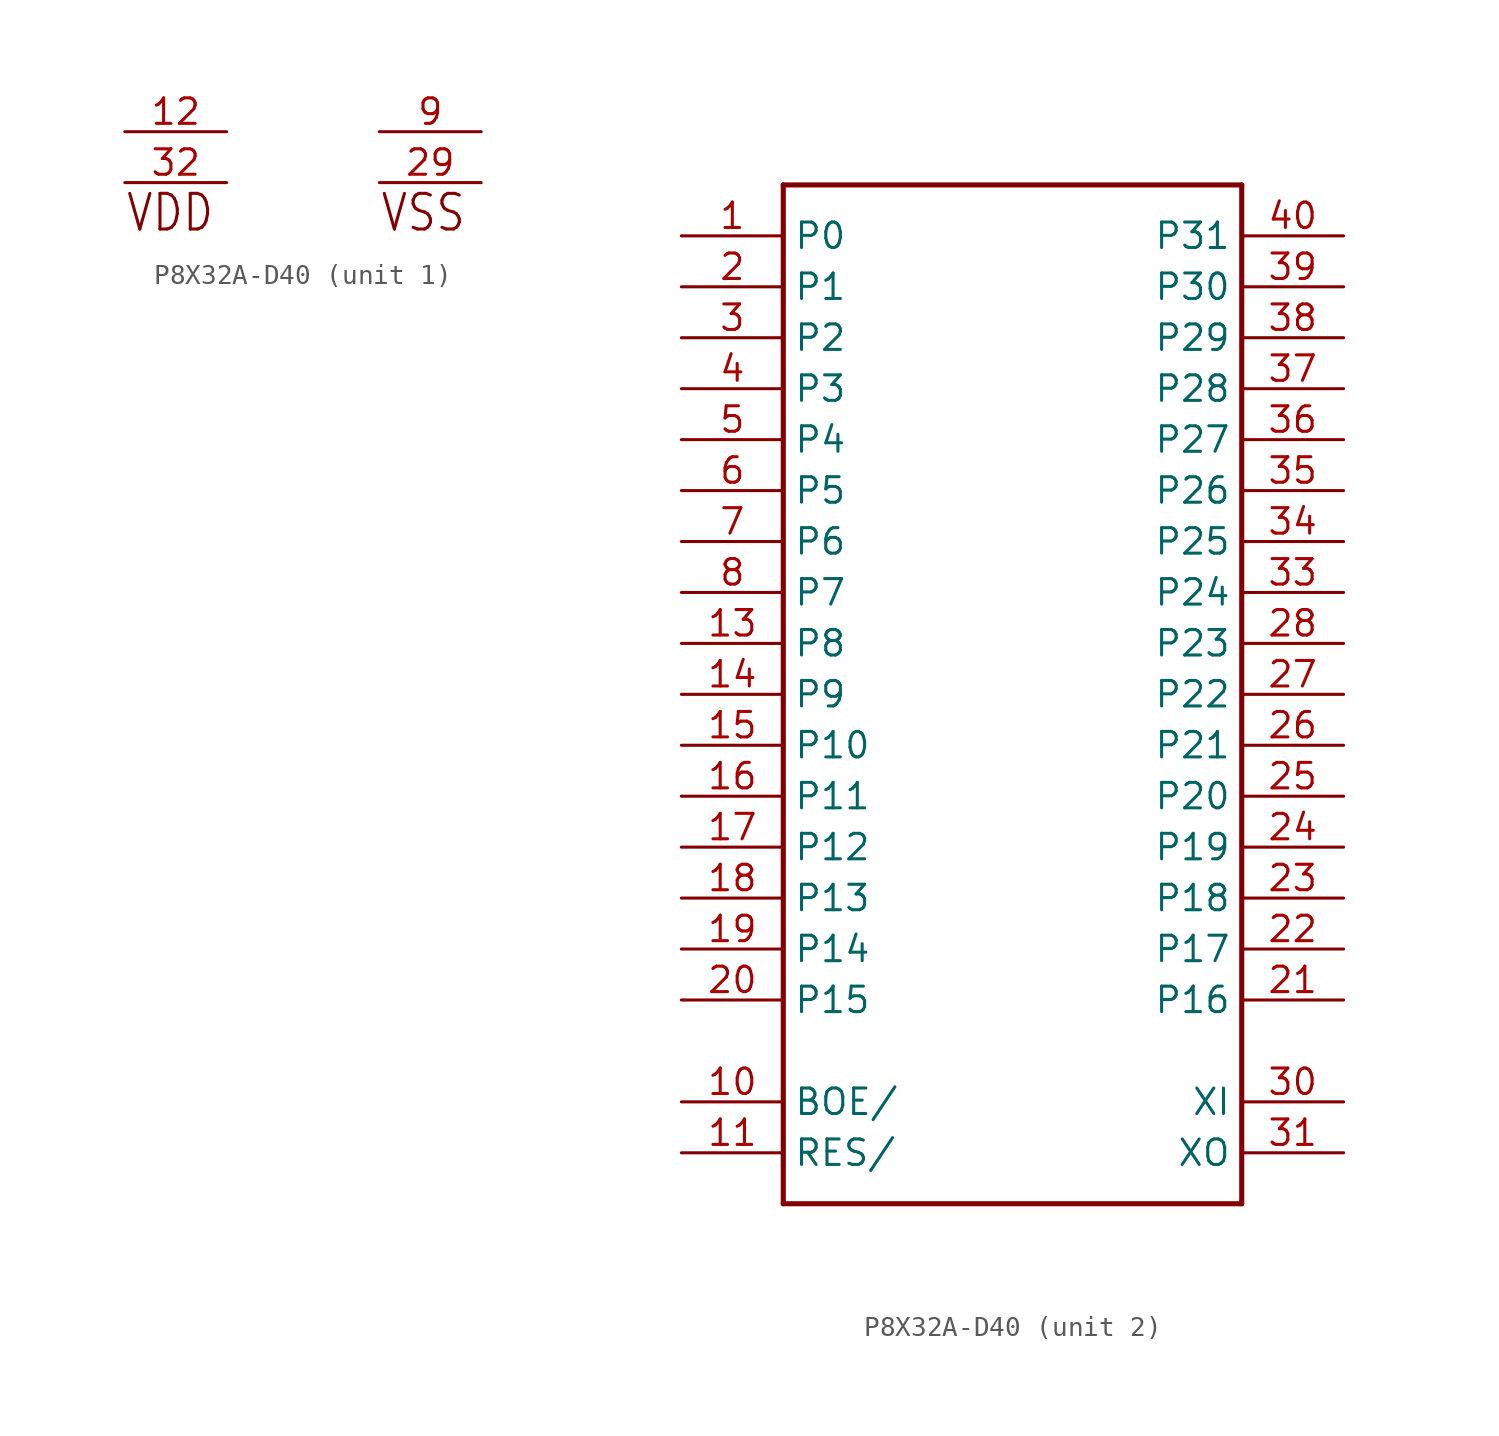
<source format=kicad_sym>
(kicad_symbol_lib
  (version 20220914)
  (generator kicad_symbol_editor)
  (symbol "P8X32A-D40"
    (property "Reference" ""
      (at -10.16 25.4 0)
      (effects (font (size 1.778 1.511)) (justify left bottom) hide))
    (property "ki_locked" ""
      (at 0 0 0)
      (effects (font (size 1.27 1.27))))
    (symbol "P8X32A-D40_1_0"
      (text "VDD" (at -10.16 0 0) (effects (font (size 1.778 1.511)) (justify left bottom)))
      (text "VSS" (at 2.54 0 0) (effects (font (size 1.778 1.511)) (justify left bottom)))
      (pin power_in line (at -10.16 5.08 0) (length 5.08) (name "VDD@1" (effects (font (size 0 0)))) (number "12" (effects (font (size 1.27 1.27)))))
      (pin power_in line (at 7.62 2.54 180) (length 5.08) (name "VSS@2" (effects (font (size 0 0)))) (number "29" (effects (font (size 1.27 1.27)))))
      (pin power_in line (at -10.16 2.54 0) (length 5.08) (name "VDD@2" (effects (font (size 0 0)))) (number "32" (effects (font (size 1.27 1.27)))))
      (pin power_in line (at 7.62 5.08 180) (length 5.08) (name "VSS@1" (effects (font (size 0 0)))) (number "9" (effects (font (size 1.27 1.27))))))
    (symbol "P8X32A-D40_2_0"
      (polyline (pts (xy -10.16 -27.94) (xy 12.7 -27.94)) (stroke (width 0.254) (type solid)) (fill (type none)))
      (polyline (pts (xy -10.16 22.86) (xy -10.16 -27.94)) (stroke (width 0.254) (type solid)) (fill (type none)))
      (polyline (pts (xy 12.7 -27.94) (xy 12.7 22.86)) (stroke (width 0.254) (type solid)) (fill (type none)))
      (polyline (pts (xy 12.7 22.86) (xy -10.16 22.86)) (stroke (width 0.254) (type solid)) (fill (type none)))
      (pin bidirectional line (at -15.24 20.32 0) (length 5.08) (name "P0" (effects (font (size 1.27 1.27)))) (number "1" (effects (font (size 1.27 1.27)))))
      (pin input line (at -15.24 -22.86 0) (length 5.08) (name "BOE/" (effects (font (size 1.27 1.27)))) (number "10" (effects (font (size 1.27 1.27)))))
      (pin bidirectional line (at -15.24 -25.4 0) (length 5.08) (name "RES/" (effects (font (size 1.27 1.27)))) (number "11" (effects (font (size 1.27 1.27)))))
      (pin bidirectional line (at -15.24 0 0) (length 5.08) (name "P8" (effects (font (size 1.27 1.27)))) (number "13" (effects (font (size 1.27 1.27)))))
      (pin bidirectional line (at -15.24 -2.54 0) (length 5.08) (name "P9" (effects (font (size 1.27 1.27)))) (number "14" (effects (font (size 1.27 1.27)))))
      (pin bidirectional line (at -15.24 -5.08 0) (length 5.08) (name "P10" (effects (font (size 1.27 1.27)))) (number "15" (effects (font (size 1.27 1.27)))))
      (pin bidirectional line (at -15.24 -7.62 0) (length 5.08) (name "P11" (effects (font (size 1.27 1.27)))) (number "16" (effects (font (size 1.27 1.27)))))
      (pin bidirectional line (at -15.24 -10.16 0) (length 5.08) (name "P12" (effects (font (size 1.27 1.27)))) (number "17" (effects (font (size 1.27 1.27)))))
      (pin bidirectional line (at -15.24 -12.7 0) (length 5.08) (name "P13" (effects (font (size 1.27 1.27)))) (number "18" (effects (font (size 1.27 1.27)))))
      (pin bidirectional line (at -15.24 -15.24 0) (length 5.08) (name "P14" (effects (font (size 1.27 1.27)))) (number "19" (effects (font (size 1.27 1.27)))))
      (pin bidirectional line (at -15.24 17.78 0) (length 5.08) (name "P1" (effects (font (size 1.27 1.27)))) (number "2" (effects (font (size 1.27 1.27)))))
      (pin bidirectional line (at -15.24 -17.78 0) (length 5.08) (name "P15" (effects (font (size 1.27 1.27)))) (number "20" (effects (font (size 1.27 1.27)))))
      (pin bidirectional line (at 17.78 -17.78 180) (length 5.08) (name "P16" (effects (font (size 1.27 1.27)))) (number "21" (effects (font (size 1.27 1.27)))))
      (pin bidirectional line (at 17.78 -15.24 180) (length 5.08) (name "P17" (effects (font (size 1.27 1.27)))) (number "22" (effects (font (size 1.27 1.27)))))
      (pin bidirectional line (at 17.78 -12.7 180) (length 5.08) (name "P18" (effects (font (size 1.27 1.27)))) (number "23" (effects (font (size 1.27 1.27)))))
      (pin bidirectional line (at 17.78 -10.16 180) (length 5.08) (name "P19" (effects (font (size 1.27 1.27)))) (number "24" (effects (font (size 1.27 1.27)))))
      (pin bidirectional line (at 17.78 -7.62 180) (length 5.08) (name "P20" (effects (font (size 1.27 1.27)))) (number "25" (effects (font (size 1.27 1.27)))))
      (pin bidirectional line (at 17.78 -5.08 180) (length 5.08) (name "P21" (effects (font (size 1.27 1.27)))) (number "26" (effects (font (size 1.27 1.27)))))
      (pin bidirectional line (at 17.78 -2.54 180) (length 5.08) (name "P22" (effects (font (size 1.27 1.27)))) (number "27" (effects (font (size 1.27 1.27)))))
      (pin bidirectional line (at 17.78 0 180) (length 5.08) (name "P23" (effects (font (size 1.27 1.27)))) (number "28" (effects (font (size 1.27 1.27)))))
      (pin bidirectional line (at -15.24 15.24 0) (length 5.08) (name "P2" (effects (font (size 1.27 1.27)))) (number "3" (effects (font (size 1.27 1.27)))))
      (pin input line (at 17.78 -22.86 180) (length 5.08) (name "XI" (effects (font (size 1.27 1.27)))) (number "30" (effects (font (size 1.27 1.27)))))
      (pin output line (at 17.78 -25.4 180) (length 5.08) (name "XO" (effects (font (size 1.27 1.27)))) (number "31" (effects (font (size 1.27 1.27)))))
      (pin bidirectional line (at 17.78 2.54 180) (length 5.08) (name "P24" (effects (font (size 1.27 1.27)))) (number "33" (effects (font (size 1.27 1.27)))))
      (pin bidirectional line (at 17.78 5.08 180) (length 5.08) (name "P25" (effects (font (size 1.27 1.27)))) (number "34" (effects (font (size 1.27 1.27)))))
      (pin bidirectional line (at 17.78 7.62 180) (length 5.08) (name "P26" (effects (font (size 1.27 1.27)))) (number "35" (effects (font (size 1.27 1.27)))))
      (pin bidirectional line (at 17.78 10.16 180) (length 5.08) (name "P27" (effects (font (size 1.27 1.27)))) (number "36" (effects (font (size 1.27 1.27)))))
      (pin bidirectional line (at 17.78 12.7 180) (length 5.08) (name "P28" (effects (font (size 1.27 1.27)))) (number "37" (effects (font (size 1.27 1.27)))))
      (pin bidirectional line (at 17.78 15.24 180) (length 5.08) (name "P29" (effects (font (size 1.27 1.27)))) (number "38" (effects (font (size 1.27 1.27)))))
      (pin bidirectional line (at 17.78 17.78 180) (length 5.08) (name "P30" (effects (font (size 1.27 1.27)))) (number "39" (effects (font (size 1.27 1.27)))))
      (pin bidirectional line (at -15.24 12.7 0) (length 5.08) (name "P3" (effects (font (size 1.27 1.27)))) (number "4" (effects (font (size 1.27 1.27)))))
      (pin bidirectional line (at 17.78 20.32 180) (length 5.08) (name "P31" (effects (font (size 1.27 1.27)))) (number "40" (effects (font (size 1.27 1.27)))))
      (pin bidirectional line (at -15.24 10.16 0) (length 5.08) (name "P4" (effects (font (size 1.27 1.27)))) (number "5" (effects (font (size 1.27 1.27)))))
      (pin bidirectional line (at -15.24 7.62 0) (length 5.08) (name "P5" (effects (font (size 1.27 1.27)))) (number "6" (effects (font (size 1.27 1.27)))))
      (pin bidirectional line (at -15.24 5.08 0) (length 5.08) (name "P6" (effects (font (size 1.27 1.27)))) (number "7" (effects (font (size 1.27 1.27)))))
      (pin bidirectional line (at -15.24 2.54 0) (length 5.08) (name "P7" (effects (font (size 1.27 1.27)))) (number "8" (effects (font (size 1.27 1.27))))))))
</source>
